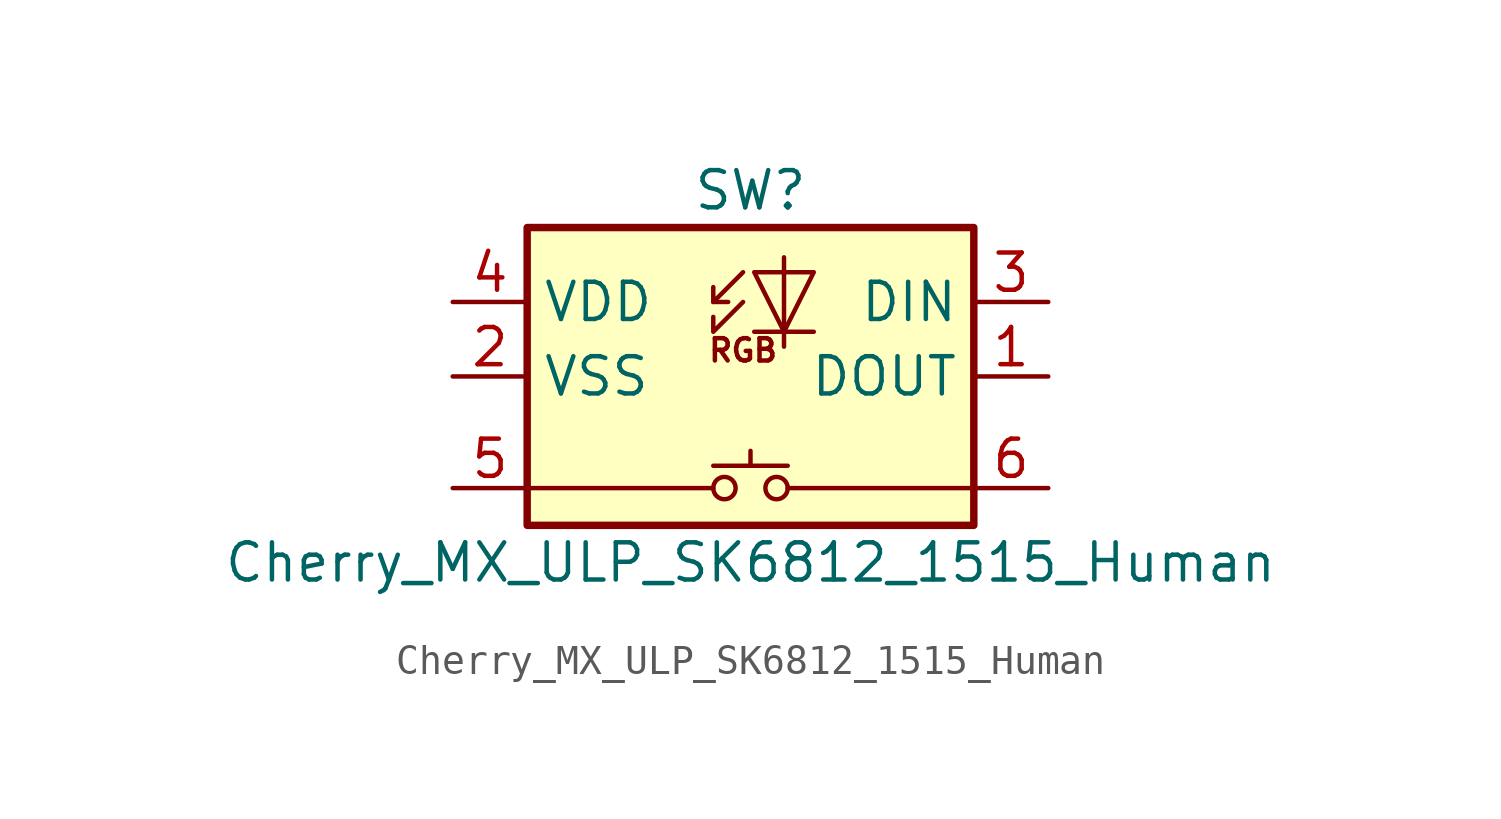
<source format=kicad_sym>
(kicad_symbol_lib
  (version 20211014)
  (generator kicad_symbol_editor)
  (symbol "Cherry_MX_ULP_SK6812_1515_Human"
    (property "Reference" "SW"
      (at 0 7.62 0)
      (effects (font (size 1.27 1.27))))
    (property "Value" "Cherry_MX_ULP_SK6812_1515_Human"
      (at 0 -5.08 0)
      (effects (font (size 1.27 1.27))))
    (symbol "Cherry_MX_ULP_SK6812_1515_Human_0_0"
      (text "RGB" (at -0.254 2.159 0) (effects (font (size 0.762 0.762)))))
    (symbol "Cherry_MX_ULP_SK6812_1515_Human_0_1"
      (rectangle (start -7.62 6.35) (end 7.62 -3.81) (stroke (width 0.254) (type default) (color 0 0 0 0)) (fill (type background)))
      (polyline (pts (xy -7.62 -2.54) (xy -1.27 -2.54)) (stroke (width 0) (type default) (color 0 0 0 0)) (fill (type none)))
      (polyline (pts (xy -1.27 3.81) (xy -0.762 3.81)) (stroke (width 0) (type default) (color 0 0 0 0)) (fill (type none)))
      (polyline (pts (xy 1.27 -2.54) (xy 7.62 -2.54)) (stroke (width 0) (type default) (color 0 0 0 0)) (fill (type none)))
      (polyline (pts (xy 2.159 2.794) (xy 0.127 2.794)) (stroke (width 0) (type default) (color 0 0 0 0)) (fill (type none)))
      (polyline (pts (xy -0.254 3.81) (xy -1.27 2.794) (xy -1.27 3.302)) (stroke (width 0) (type default) (color 0 0 0 0)) (fill (type none)))
      (polyline (pts (xy -0.254 4.826) (xy -1.27 3.81) (xy -1.27 4.318)) (stroke (width 0) (type default) (color 0 0 0 0)) (fill (type none)))
      (polyline (pts (xy 1.143 5.334) (xy 1.143 2.794) (xy 1.143 2.286)) (stroke (width 0) (type default) (color 0 0 0 0)) (fill (type none)))
      (polyline (pts (xy 2.159 4.826) (xy 0.127 4.826) (xy 1.143 2.794) (xy 2.159 4.826)) (stroke (width 0) (type default) (color 0 0 0 0)) (fill (type none))))
    (symbol "Cherry_MX_ULP_SK6812_1515_Human_1_1"
      (circle (center -0.889 -2.54) (radius 0.381) (stroke (width 0) (type default) (color 0 0 0 0)) (fill (type none)))
      (polyline (pts (xy -1.27 -1.778) (xy 1.27 -1.778)) (stroke (width 0.152) (type default) (color 0 0 0 0)) (fill (type none)))
      (polyline (pts (xy 0 -1.778) (xy 0 -1.27)) (stroke (width 0.152) (type default) (color 0 0 0 0)) (fill (type none)))
      (circle (center 0.889 -2.54) (radius 0.381) (stroke (width 0) (type default) (color 0 0 0 0)) (fill (type none)))
      (pin output line (at 10.16 1.27 180) (length 2.54) (name "DOUT" (effects (font (size 1.27 1.27)))) (number "1" (effects (font (size 1.27 1.27)))))
      (pin power_in line (at -10.16 1.27 0) (length 2.54) (name "VSS" (effects (font (size 1.27 1.27)))) (number "2" (effects (font (size 1.27 1.27)))))
      (pin input line (at 10.16 3.81 180) (length 2.54) (name "DIN" (effects (font (size 1.27 1.27)))) (number "3" (effects (font (size 1.27 1.27)))))
      (pin power_in line (at -10.16 3.81 0) (length 2.54) (name "VDD" (effects (font (size 1.27 1.27)))) (number "4" (effects (font (size 1.27 1.27)))))
      (pin passive line (at -10.16 -2.54 0) (length 2.54) (name "" (effects (font (size 1.27 1.27)))) (number "5" (effects (font (size 1.27 1.27)))))
      (pin passive line (at 10.16 -2.54 180) (length 2.54) (name "" (effects (font (size 1.27 1.27)))) (number "6" (effects (font (size 1.27 1.27))))))))
</source>
